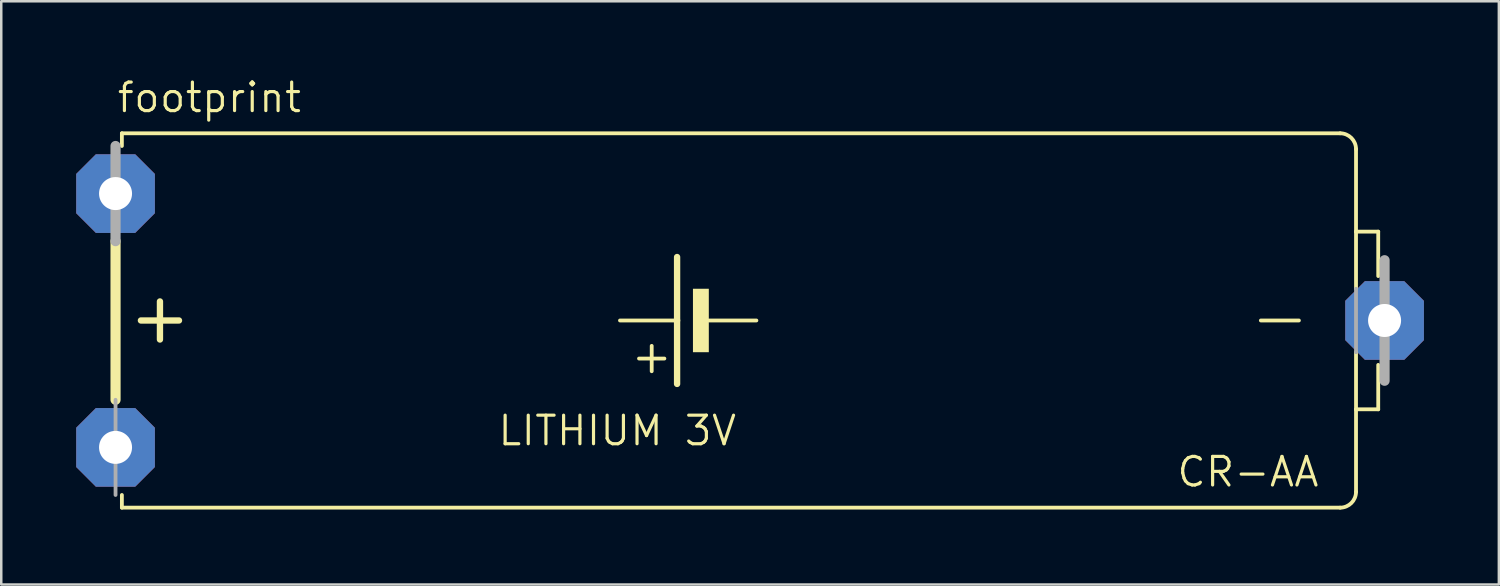
<source format=kicad_pcb>
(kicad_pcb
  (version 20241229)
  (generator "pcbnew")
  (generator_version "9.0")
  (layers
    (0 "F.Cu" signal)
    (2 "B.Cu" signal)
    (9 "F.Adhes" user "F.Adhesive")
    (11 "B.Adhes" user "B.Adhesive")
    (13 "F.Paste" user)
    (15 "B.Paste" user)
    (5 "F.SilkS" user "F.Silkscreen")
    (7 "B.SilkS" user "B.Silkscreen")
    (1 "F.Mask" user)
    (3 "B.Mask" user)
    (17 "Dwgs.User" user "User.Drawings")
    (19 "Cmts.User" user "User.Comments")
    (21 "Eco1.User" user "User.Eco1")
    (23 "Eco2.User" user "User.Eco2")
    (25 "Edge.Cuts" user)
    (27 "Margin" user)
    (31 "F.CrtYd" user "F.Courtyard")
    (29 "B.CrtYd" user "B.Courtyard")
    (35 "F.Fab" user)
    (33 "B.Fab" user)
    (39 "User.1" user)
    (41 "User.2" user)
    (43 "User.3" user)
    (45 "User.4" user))
  (footprint "footprint"
    (layer "F.Cu")
    (at 26.975 9.779)
    (property "Reference" "footprint" (at -25.4 -8.255 0) (layer "F.SilkS") (effects (font (size 1.143 1.143) (thickness 0.127)) (justify left bottom)))
    (fp_line (start -25.4 3.175) (end -25.4 -3.175) (stroke (width 0.406) (type solid)) (layer "F.SilkS"))
    (fp_line (start -25.146 -6.985) (end -25.146 -7.493) (stroke (width 0.152) (type solid)) (layer "F.SilkS"))
    (fp_line (start -25.146 7.493) (end -25.146 6.985) (stroke (width 0.152) (type solid)) (layer "F.SilkS"))
    (fp_line (start -24.384 0) (end -22.86 0) (stroke (width 0.254) (type solid)) (layer "F.SilkS"))
    (fp_line (start -23.622 0.762) (end -23.622 -0.762) (stroke (width 0.254) (type solid)) (layer "F.SilkS"))
    (fp_line (start -3.937 2.032) (end -3.937 1.016) (stroke (width 0.152) (type solid)) (layer "F.SilkS"))
    (fp_line (start -3.429 1.524) (end -4.445 1.524) (stroke (width 0.152) (type solid)) (layer "F.SilkS"))
    (fp_line (start -2.921 0) (end -5.207 0) (stroke (width 0.152) (type solid)) (layer "F.SilkS"))
    (fp_line (start -2.921 0) (end -2.921 -2.54) (stroke (width 0.254) (type solid)) (layer "F.SilkS"))
    (fp_line (start -2.921 2.54) (end -2.921 0) (stroke (width 0.254) (type solid)) (layer "F.SilkS"))
    (fp_line (start 0.254 0) (end -1.651 0) (stroke (width 0.152) (type solid)) (layer "F.SilkS"))
    (fp_line (start 20.447 0) (end 21.971 0) (stroke (width 0.152) (type solid)) (layer "F.SilkS"))
    (fp_line (start 23.622 -7.493) (end -25.146 -7.493) (stroke (width 0.152) (type solid)) (layer "F.SilkS"))
    (fp_line (start 23.622 7.493) (end -25.146 7.493) (stroke (width 0.152) (type solid)) (layer "F.SilkS"))
    (fp_line (start 24.257 -3.556) (end 24.257 -6.858) (stroke (width 0.152) (type solid)) (layer "F.SilkS"))
    (fp_line (start 24.257 -1.27) (end 24.257 -3.556) (stroke (width 0.152) (type solid)) (layer "F.SilkS"))
    (fp_line (start 24.257 3.556) (end 24.257 1.27) (stroke (width 0.152) (type solid)) (layer "F.SilkS"))
    (fp_line (start 24.257 6.858) (end 24.257 3.556) (stroke (width 0.152) (type solid)) (layer "F.SilkS"))
    (fp_line (start 25.146 -3.556) (end 24.257 -3.556) (stroke (width 0.152) (type solid)) (layer "F.SilkS"))
    (fp_line (start 25.146 -1.778) (end 25.146 -3.556) (stroke (width 0.152) (type solid)) (layer "F.SilkS"))
    (fp_line (start 25.146 3.556) (end 24.257 3.556) (stroke (width 0.152) (type solid)) (layer "F.SilkS"))
    (fp_line (start 25.146 3.556) (end 25.146 1.778) (stroke (width 0.152) (type solid)) (layer "F.SilkS"))
    (fp_arc (start 23.622 -7.493) (mid 24.071013 -7.307013) (end 24.257 -6.858) (stroke (width 0.1524) (type solid)) (layer "F.SilkS"))
    (fp_arc (start 24.257 6.858) (mid 24.071013 7.307013) (end 23.622 7.493) (stroke (width 0.1524) (type solid)) (layer "F.SilkS"))
    (fp_poly (pts (xy -2.286 1.27) (xy -1.651 1.27) (xy -1.651 -1.27) (xy -2.286 -1.27)) (stroke (width 0) (type solid)) (fill yes) (layer "F.SilkS"))
    (fp_line (start -25.4 -3.175) (end -25.4 -6.985) (stroke (width 0.406) (type solid)) (layer "F.Fab"))
    (fp_line (start -25.4 6.985) (end -25.4 3.175) (stroke (width 0.152) (type solid)) (layer "F.Fab"))
    (fp_line (start 24.257 1.27) (end 24.257 -1.27) (stroke (width 0.152) (type solid)) (layer "F.Fab"))
    (fp_line (start 25.4 2.413) (end 25.4 -2.413) (stroke (width 0.406) (type solid)) (layer "F.Fab"))
    (fp_text user "CR-AA" (at 17.018 6.731 0) (layer "F.SilkS") (effects (font (size 1.143 1.143) (thickness 0.127)) (justify left bottom)))
    (fp_text user "LITHIUM 3V" (at -10.16 5.08 0) (layer "F.SilkS") (effects (font (size 1.143 1.143) (thickness 0.127)) (justify left bottom)))
    (pad "+" thru_hole roundrect (at -25.4 5.08) (size 3.15 3.15) (drill 1.321) (layers "*.Cu" "*.Mask") (roundrect_rratio 0.25) (chamfer_ratio 0.25) (chamfer top_left top_right bottom_left bottom_right))
    (pad "+@1" thru_hole roundrect (at -25.4 -5.08) (size 3.15 3.15) (drill 1.321) (layers "*.Cu" "*.Mask") (roundrect_rratio 0.25) (chamfer_ratio 0.25) (chamfer top_left top_right bottom_left bottom_right))
    (pad "-" thru_hole roundrect (at 25.4 0) (size 3.15 3.15) (drill 1.321) (layers "*.Cu" "*.Mask") (roundrect_rratio 0.25) (chamfer_ratio 0.25) (chamfer top_left top_right bottom_left bottom_right)))
  (gr_rect
    (start -3 -3)
    (end 56.95 20.348)
    (stroke (width 0.1) (type default))
    (fill no)
    (layer "Edge.Cuts")))
</source>
